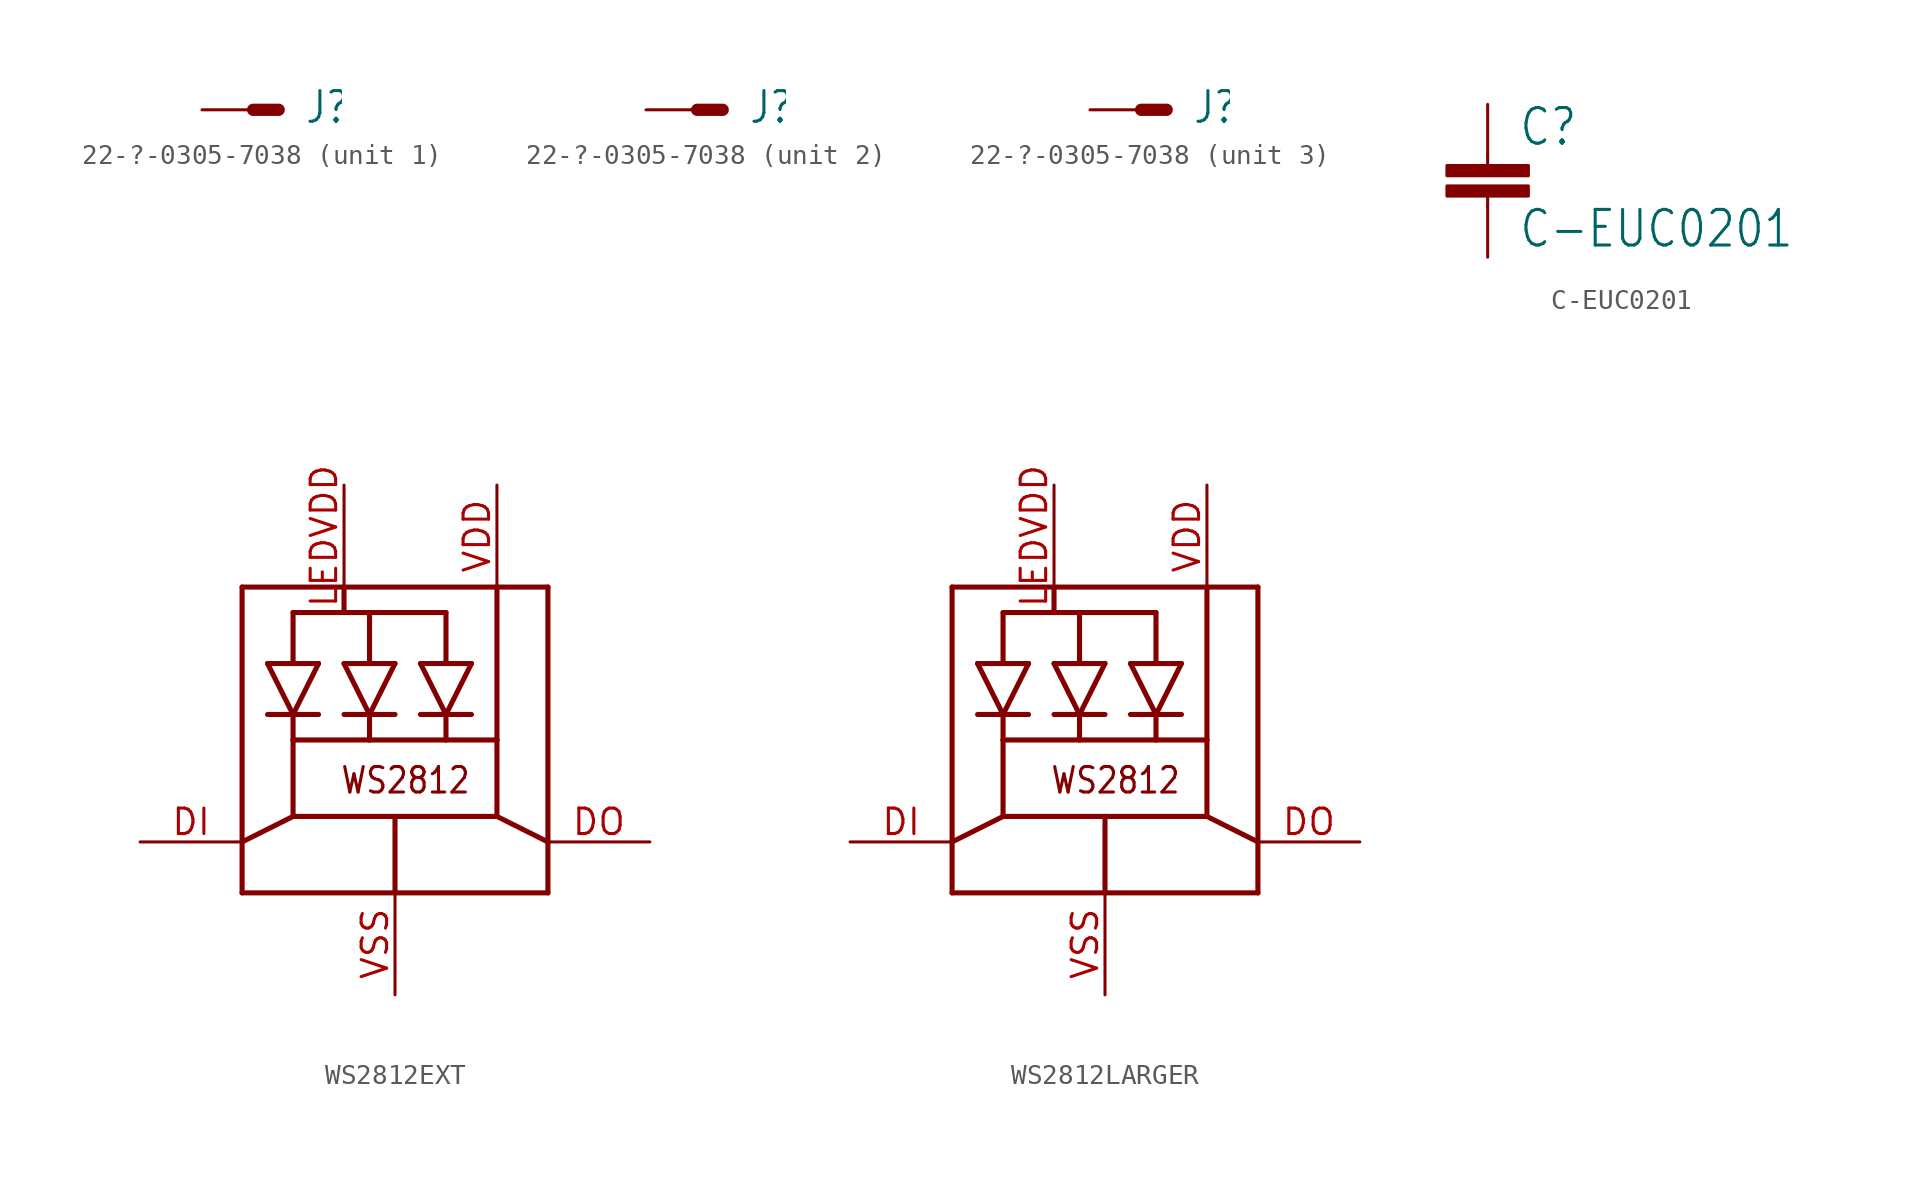
<source format=kicad_sym>
(kicad_symbol_lib
  (version 20211014)
  (generator kicad_symbol_editor)
  (symbol "22-?-0305-7038"
    (property "Reference" "J"
      (at 2.54 -0.762 0)
      (effects (font (size 1.524 1.295)) (justify left bottom)))
    (property "ki_locked" ""
      (at 0 0 0)
      (effects (font (size 1.27 1.27))))
    (symbol "22-?-0305-7038_1_0"
      (polyline (pts (xy 1.27 0) (xy 0 0)) (stroke (width 0.61) (type default) (color 0 0 0 0)) (fill (type none)))
      (pin passive line (at -2.54 0 0) (length 2.54) (name "S" (effects (font (size 0 0)))) (number "1" (effects (font (size 0 0))))))
    (symbol "22-?-0305-7038_2_0"
      (polyline (pts (xy 1.27 0) (xy 0 0)) (stroke (width 0.61) (type default) (color 0 0 0 0)) (fill (type none)))
      (pin passive line (at -2.54 0 0) (length 2.54) (name "S" (effects (font (size 0 0)))) (number "2" (effects (font (size 0 0))))))
    (symbol "22-?-0305-7038_3_0"
      (polyline (pts (xy 1.27 0) (xy 0 0)) (stroke (width 0.61) (type default) (color 0 0 0 0)) (fill (type none)))
      (pin passive line (at -2.54 0 0) (length 2.54) (name "S" (effects (font (size 0 0)))) (number "3" (effects (font (size 0 0)))))))
  (symbol "C-EUC0201"
    (property "Reference" "C"
      (at 1.524 0.381 0)
      (effects (font (size 1.778 1.511)) (justify left bottom)))
    (property "Value" "C-EUC0201"
      (at 1.524 -4.699 0)
      (effects (font (size 1.778 1.511)) (justify left bottom)))
    (property "ki_locked" ""
      (at 0 0 0)
      (effects (font (size 1.27 1.27))))
    (symbol "C-EUC0201_1_0"
      (rectangle (start -2.032 -2.032) (end 2.032 -1.524) (stroke (width 0) (type default) (color 0 0 0 0)) (fill (type outline)))
      (rectangle (start -2.032 -1.016) (end 2.032 -0.508) (stroke (width 0) (type default) (color 0 0 0 0)) (fill (type outline)))
      (polyline (pts (xy 0 -2.54) (xy 0 -2.032)) (stroke (width 0.152) (type default) (color 0 0 0 0)) (fill (type none)))
      (polyline (pts (xy 0 0) (xy 0 -0.508)) (stroke (width 0.152) (type default) (color 0 0 0 0)) (fill (type none)))
      (pin passive line (at 0 2.54 270) (length 2.54) (name "1" (effects (font (size 0 0)))) (number "1" (effects (font (size 0 0)))))
      (pin passive line (at 0 -5.08 90) (length 2.54) (name "2" (effects (font (size 0 0)))) (number "2" (effects (font (size 0 0)))))))
  (symbol "WS2812EXT"
    (property "Reference" ""
      (at 0 0 0)
      (effects (font (size 1.27 1.27)) hide))
    (property "ki_locked" ""
      (at 0 0 0)
      (effects (font (size 1.27 1.27))))
    (symbol "WS2812EXT_1_0"
      (polyline (pts (xy -7.62 -7.62) (xy 0 -7.62)) (stroke (width 0.254) (type default) (color 0 0 0 0)) (fill (type none)))
      (polyline (pts (xy -7.62 -5.08) (xy -7.62 -7.62)) (stroke (width 0.254) (type default) (color 0 0 0 0)) (fill (type none)))
      (polyline (pts (xy -7.62 7.62) (xy -7.62 -5.08)) (stroke (width 0.254) (type default) (color 0 0 0 0)) (fill (type none)))
      (polyline (pts (xy -6.35 1.27) (xy -5.08 1.27)) (stroke (width 0.254) (type default) (color 0 0 0 0)) (fill (type none)))
      (polyline (pts (xy -6.35 3.81) (xy -5.08 3.81)) (stroke (width 0.254) (type default) (color 0 0 0 0)) (fill (type none)))
      (polyline (pts (xy -5.08 -3.81) (xy -7.62 -5.08)) (stroke (width 0.254) (type default) (color 0 0 0 0)) (fill (type none)))
      (polyline (pts (xy -5.08 -3.81) (xy 0 -3.81)) (stroke (width 0.254) (type default) (color 0 0 0 0)) (fill (type none)))
      (polyline (pts (xy -5.08 0) (xy -5.08 -3.81)) (stroke (width 0.254) (type default) (color 0 0 0 0)) (fill (type none)))
      (polyline (pts (xy -5.08 1.27) (xy -6.35 3.81)) (stroke (width 0.254) (type default) (color 0 0 0 0)) (fill (type none)))
      (polyline (pts (xy -5.08 1.27) (xy -5.08 0)) (stroke (width 0.254) (type default) (color 0 0 0 0)) (fill (type none)))
      (polyline (pts (xy -5.08 1.27) (xy -3.81 3.81)) (stroke (width 0.254) (type default) (color 0 0 0 0)) (fill (type none)))
      (polyline (pts (xy -5.08 3.81) (xy -3.81 3.81)) (stroke (width 0.254) (type default) (color 0 0 0 0)) (fill (type none)))
      (polyline (pts (xy -5.08 6.35) (xy -5.08 3.81)) (stroke (width 0.254) (type default) (color 0 0 0 0)) (fill (type none)))
      (polyline (pts (xy -3.81 1.27) (xy -5.08 1.27)) (stroke (width 0.254) (type default) (color 0 0 0 0)) (fill (type none)))
      (polyline (pts (xy -2.54 1.27) (xy -1.27 1.27)) (stroke (width 0.254) (type default) (color 0 0 0 0)) (fill (type none)))
      (polyline (pts (xy -2.54 3.81) (xy 0 3.81)) (stroke (width 0.254) (type default) (color 0 0 0 0)) (fill (type none)))
      (polyline (pts (xy -2.54 6.35) (xy -5.08 6.35)) (stroke (width 0.254) (type default) (color 0 0 0 0)) (fill (type none)))
      (polyline (pts (xy -2.54 7.62) (xy -7.62 7.62)) (stroke (width 0.254) (type default) (color 0 0 0 0)) (fill (type none)))
      (polyline (pts (xy -2.54 7.62) (xy -2.54 6.35)) (stroke (width 0.254) (type default) (color 0 0 0 0)) (fill (type none)))
      (polyline (pts (xy -1.27 0) (xy -5.08 0)) (stroke (width 0.254) (type default) (color 0 0 0 0)) (fill (type none)))
      (polyline (pts (xy -1.27 1.27) (xy -2.54 3.81)) (stroke (width 0.254) (type default) (color 0 0 0 0)) (fill (type none)))
      (polyline (pts (xy -1.27 1.27) (xy -1.27 0)) (stroke (width 0.254) (type default) (color 0 0 0 0)) (fill (type none)))
      (polyline (pts (xy -1.27 1.27) (xy 0 1.27)) (stroke (width 0.254) (type default) (color 0 0 0 0)) (fill (type none)))
      (polyline (pts (xy -1.27 3.81) (xy -1.27 6.35)) (stroke (width 0.254) (type default) (color 0 0 0 0)) (fill (type none)))
      (polyline (pts (xy -1.27 6.35) (xy -2.54 6.35)) (stroke (width 0.254) (type default) (color 0 0 0 0)) (fill (type none)))
      (polyline (pts (xy 0 -7.62) (xy 7.62 -7.62)) (stroke (width 0.254) (type default) (color 0 0 0 0)) (fill (type none)))
      (polyline (pts (xy 0 -3.81) (xy 0 -7.62)) (stroke (width 0.254) (type default) (color 0 0 0 0)) (fill (type none)))
      (polyline (pts (xy 0 -3.81) (xy 5.08 -3.81)) (stroke (width 0.254) (type default) (color 0 0 0 0)) (fill (type none)))
      (polyline (pts (xy 0 3.81) (xy -1.27 1.27)) (stroke (width 0.254) (type default) (color 0 0 0 0)) (fill (type none)))
      (polyline (pts (xy 1.27 3.81) (xy 2.54 1.27)) (stroke (width 0.254) (type default) (color 0 0 0 0)) (fill (type none)))
      (polyline (pts (xy 1.27 3.81) (xy 2.54 3.81)) (stroke (width 0.254) (type default) (color 0 0 0 0)) (fill (type none)))
      (polyline (pts (xy 2.54 0) (xy -1.27 0)) (stroke (width 0.254) (type default) (color 0 0 0 0)) (fill (type none)))
      (polyline (pts (xy 2.54 1.27) (xy 1.27 1.27)) (stroke (width 0.254) (type default) (color 0 0 0 0)) (fill (type none)))
      (polyline (pts (xy 2.54 1.27) (xy 2.54 0)) (stroke (width 0.254) (type default) (color 0 0 0 0)) (fill (type none)))
      (polyline (pts (xy 2.54 1.27) (xy 3.81 1.27)) (stroke (width 0.254) (type default) (color 0 0 0 0)) (fill (type none)))
      (polyline (pts (xy 2.54 1.27) (xy 3.81 3.81)) (stroke (width 0.254) (type default) (color 0 0 0 0)) (fill (type none)))
      (polyline (pts (xy 2.54 3.81) (xy 2.54 6.35)) (stroke (width 0.254) (type default) (color 0 0 0 0)) (fill (type none)))
      (polyline (pts (xy 2.54 6.35) (xy -1.27 6.35)) (stroke (width 0.254) (type default) (color 0 0 0 0)) (fill (type none)))
      (polyline (pts (xy 3.81 3.81) (xy 2.54 3.81)) (stroke (width 0.254) (type default) (color 0 0 0 0)) (fill (type none)))
      (polyline (pts (xy 5.08 -3.81) (xy 5.08 0)) (stroke (width 0.254) (type default) (color 0 0 0 0)) (fill (type none)))
      (polyline (pts (xy 5.08 -3.81) (xy 7.62 -5.08)) (stroke (width 0.254) (type default) (color 0 0 0 0)) (fill (type none)))
      (polyline (pts (xy 5.08 0) (xy 2.54 0)) (stroke (width 0.254) (type default) (color 0 0 0 0)) (fill (type none)))
      (polyline (pts (xy 5.08 7.62) (xy -2.54 7.62)) (stroke (width 0.254) (type default) (color 0 0 0 0)) (fill (type none)))
      (polyline (pts (xy 5.08 7.62) (xy 5.08 0)) (stroke (width 0.254) (type default) (color 0 0 0 0)) (fill (type none)))
      (polyline (pts (xy 7.62 -7.62) (xy 7.62 -5.08)) (stroke (width 0.254) (type default) (color 0 0 0 0)) (fill (type none)))
      (polyline (pts (xy 7.62 -5.08) (xy 7.62 7.62)) (stroke (width 0.254) (type default) (color 0 0 0 0)) (fill (type none)))
      (polyline (pts (xy 7.62 7.62) (xy 5.08 7.62)) (stroke (width 0.254) (type default) (color 0 0 0 0)) (fill (type none)))
      (text "WS2812" (at 3.81 -1.27 0) (effects (font (size 1.27 1.079)) (justify right top)))
      (pin input line (at -12.7 -5.08 0) (length 5.08) (name "DI" (effects (font (size 0 0)))) (number "DI" (effects (font (size 1.27 1.27)))))
      (pin output line (at 12.7 -5.08 180) (length 5.08) (name "DO" (effects (font (size 0 0)))) (number "DO" (effects (font (size 1.27 1.27)))))
      (pin power_in line (at -2.54 12.7 270) (length 5.08) (name "LEDVDD" (effects (font (size 0 0)))) (number "LEDVDD" (effects (font (size 1.27 1.27)))))
      (pin power_in line (at 5.08 12.7 270) (length 5.08) (name "VDD" (effects (font (size 0 0)))) (number "VDD" (effects (font (size 1.27 1.27)))))
      (pin power_in line (at 0 -12.7 90) (length 5.08) (name "GND" (effects (font (size 0 0)))) (number "VSS" (effects (font (size 1.27 1.27)))))))
  (symbol "WS2812LARGER"
    (property "Reference" ""
      (at 0 0 0)
      (effects (font (size 1.27 1.27)) hide))
    (property "ki_locked" ""
      (at 0 0 0)
      (effects (font (size 1.27 1.27))))
    (symbol "WS2812LARGER_1_0"
      (polyline (pts (xy -7.62 -7.62) (xy 0 -7.62)) (stroke (width 0.254) (type default) (color 0 0 0 0)) (fill (type none)))
      (polyline (pts (xy -7.62 -5.08) (xy -7.62 -7.62)) (stroke (width 0.254) (type default) (color 0 0 0 0)) (fill (type none)))
      (polyline (pts (xy -7.62 7.62) (xy -7.62 -5.08)) (stroke (width 0.254) (type default) (color 0 0 0 0)) (fill (type none)))
      (polyline (pts (xy -6.35 1.27) (xy -5.08 1.27)) (stroke (width 0.254) (type default) (color 0 0 0 0)) (fill (type none)))
      (polyline (pts (xy -6.35 3.81) (xy -5.08 3.81)) (stroke (width 0.254) (type default) (color 0 0 0 0)) (fill (type none)))
      (polyline (pts (xy -5.08 -3.81) (xy -7.62 -5.08)) (stroke (width 0.254) (type default) (color 0 0 0 0)) (fill (type none)))
      (polyline (pts (xy -5.08 -3.81) (xy 0 -3.81)) (stroke (width 0.254) (type default) (color 0 0 0 0)) (fill (type none)))
      (polyline (pts (xy -5.08 0) (xy -5.08 -3.81)) (stroke (width 0.254) (type default) (color 0 0 0 0)) (fill (type none)))
      (polyline (pts (xy -5.08 1.27) (xy -6.35 3.81)) (stroke (width 0.254) (type default) (color 0 0 0 0)) (fill (type none)))
      (polyline (pts (xy -5.08 1.27) (xy -5.08 0)) (stroke (width 0.254) (type default) (color 0 0 0 0)) (fill (type none)))
      (polyline (pts (xy -5.08 1.27) (xy -3.81 3.81)) (stroke (width 0.254) (type default) (color 0 0 0 0)) (fill (type none)))
      (polyline (pts (xy -5.08 3.81) (xy -3.81 3.81)) (stroke (width 0.254) (type default) (color 0 0 0 0)) (fill (type none)))
      (polyline (pts (xy -5.08 6.35) (xy -5.08 3.81)) (stroke (width 0.254) (type default) (color 0 0 0 0)) (fill (type none)))
      (polyline (pts (xy -3.81 1.27) (xy -5.08 1.27)) (stroke (width 0.254) (type default) (color 0 0 0 0)) (fill (type none)))
      (polyline (pts (xy -2.54 1.27) (xy -1.27 1.27)) (stroke (width 0.254) (type default) (color 0 0 0 0)) (fill (type none)))
      (polyline (pts (xy -2.54 3.81) (xy 0 3.81)) (stroke (width 0.254) (type default) (color 0 0 0 0)) (fill (type none)))
      (polyline (pts (xy -2.54 6.35) (xy -5.08 6.35)) (stroke (width 0.254) (type default) (color 0 0 0 0)) (fill (type none)))
      (polyline (pts (xy -2.54 7.62) (xy -7.62 7.62)) (stroke (width 0.254) (type default) (color 0 0 0 0)) (fill (type none)))
      (polyline (pts (xy -2.54 7.62) (xy -2.54 6.35)) (stroke (width 0.254) (type default) (color 0 0 0 0)) (fill (type none)))
      (polyline (pts (xy -1.27 0) (xy -5.08 0)) (stroke (width 0.254) (type default) (color 0 0 0 0)) (fill (type none)))
      (polyline (pts (xy -1.27 1.27) (xy -2.54 3.81)) (stroke (width 0.254) (type default) (color 0 0 0 0)) (fill (type none)))
      (polyline (pts (xy -1.27 1.27) (xy -1.27 0)) (stroke (width 0.254) (type default) (color 0 0 0 0)) (fill (type none)))
      (polyline (pts (xy -1.27 1.27) (xy 0 1.27)) (stroke (width 0.254) (type default) (color 0 0 0 0)) (fill (type none)))
      (polyline (pts (xy -1.27 3.81) (xy -1.27 6.35)) (stroke (width 0.254) (type default) (color 0 0 0 0)) (fill (type none)))
      (polyline (pts (xy -1.27 6.35) (xy -2.54 6.35)) (stroke (width 0.254) (type default) (color 0 0 0 0)) (fill (type none)))
      (polyline (pts (xy 0 -7.62) (xy 7.62 -7.62)) (stroke (width 0.254) (type default) (color 0 0 0 0)) (fill (type none)))
      (polyline (pts (xy 0 -3.81) (xy 0 -7.62)) (stroke (width 0.254) (type default) (color 0 0 0 0)) (fill (type none)))
      (polyline (pts (xy 0 -3.81) (xy 5.08 -3.81)) (stroke (width 0.254) (type default) (color 0 0 0 0)) (fill (type none)))
      (polyline (pts (xy 0 3.81) (xy -1.27 1.27)) (stroke (width 0.254) (type default) (color 0 0 0 0)) (fill (type none)))
      (polyline (pts (xy 1.27 3.81) (xy 2.54 1.27)) (stroke (width 0.254) (type default) (color 0 0 0 0)) (fill (type none)))
      (polyline (pts (xy 1.27 3.81) (xy 2.54 3.81)) (stroke (width 0.254) (type default) (color 0 0 0 0)) (fill (type none)))
      (polyline (pts (xy 2.54 0) (xy -1.27 0)) (stroke (width 0.254) (type default) (color 0 0 0 0)) (fill (type none)))
      (polyline (pts (xy 2.54 1.27) (xy 1.27 1.27)) (stroke (width 0.254) (type default) (color 0 0 0 0)) (fill (type none)))
      (polyline (pts (xy 2.54 1.27) (xy 2.54 0)) (stroke (width 0.254) (type default) (color 0 0 0 0)) (fill (type none)))
      (polyline (pts (xy 2.54 1.27) (xy 3.81 1.27)) (stroke (width 0.254) (type default) (color 0 0 0 0)) (fill (type none)))
      (polyline (pts (xy 2.54 1.27) (xy 3.81 3.81)) (stroke (width 0.254) (type default) (color 0 0 0 0)) (fill (type none)))
      (polyline (pts (xy 2.54 3.81) (xy 2.54 6.35)) (stroke (width 0.254) (type default) (color 0 0 0 0)) (fill (type none)))
      (polyline (pts (xy 2.54 6.35) (xy -1.27 6.35)) (stroke (width 0.254) (type default) (color 0 0 0 0)) (fill (type none)))
      (polyline (pts (xy 3.81 3.81) (xy 2.54 3.81)) (stroke (width 0.254) (type default) (color 0 0 0 0)) (fill (type none)))
      (polyline (pts (xy 5.08 -3.81) (xy 5.08 0)) (stroke (width 0.254) (type default) (color 0 0 0 0)) (fill (type none)))
      (polyline (pts (xy 5.08 -3.81) (xy 7.62 -5.08)) (stroke (width 0.254) (type default) (color 0 0 0 0)) (fill (type none)))
      (polyline (pts (xy 5.08 0) (xy 2.54 0)) (stroke (width 0.254) (type default) (color 0 0 0 0)) (fill (type none)))
      (polyline (pts (xy 5.08 7.62) (xy -2.54 7.62)) (stroke (width 0.254) (type default) (color 0 0 0 0)) (fill (type none)))
      (polyline (pts (xy 5.08 7.62) (xy 5.08 0)) (stroke (width 0.254) (type default) (color 0 0 0 0)) (fill (type none)))
      (polyline (pts (xy 7.62 -7.62) (xy 7.62 -5.08)) (stroke (width 0.254) (type default) (color 0 0 0 0)) (fill (type none)))
      (polyline (pts (xy 7.62 -5.08) (xy 7.62 7.62)) (stroke (width 0.254) (type default) (color 0 0 0 0)) (fill (type none)))
      (polyline (pts (xy 7.62 7.62) (xy 5.08 7.62)) (stroke (width 0.254) (type default) (color 0 0 0 0)) (fill (type none)))
      (text "WS2812" (at 3.81 -1.27 0) (effects (font (size 1.27 1.079)) (justify right top)))
      (pin input line (at -12.7 -5.08 0) (length 5.08) (name "DI" (effects (font (size 0 0)))) (number "DI" (effects (font (size 1.27 1.27)))))
      (pin output line (at 12.7 -5.08 180) (length 5.08) (name "DO" (effects (font (size 0 0)))) (number "DO" (effects (font (size 1.27 1.27)))))
      (pin power_in line (at -2.54 12.7 270) (length 5.08) (name "LEDVDD" (effects (font (size 0 0)))) (number "LEDVDD" (effects (font (size 1.27 1.27)))))
      (pin power_in line (at 5.08 12.7 270) (length 5.08) (name "VDD" (effects (font (size 0 0)))) (number "VDD" (effects (font (size 1.27 1.27)))))
      (pin power_in line (at 0 -12.7 90) (length 5.08) (name "GND" (effects (font (size 0 0)))) (number "VSS" (effects (font (size 1.27 1.27))))))))
</source>
